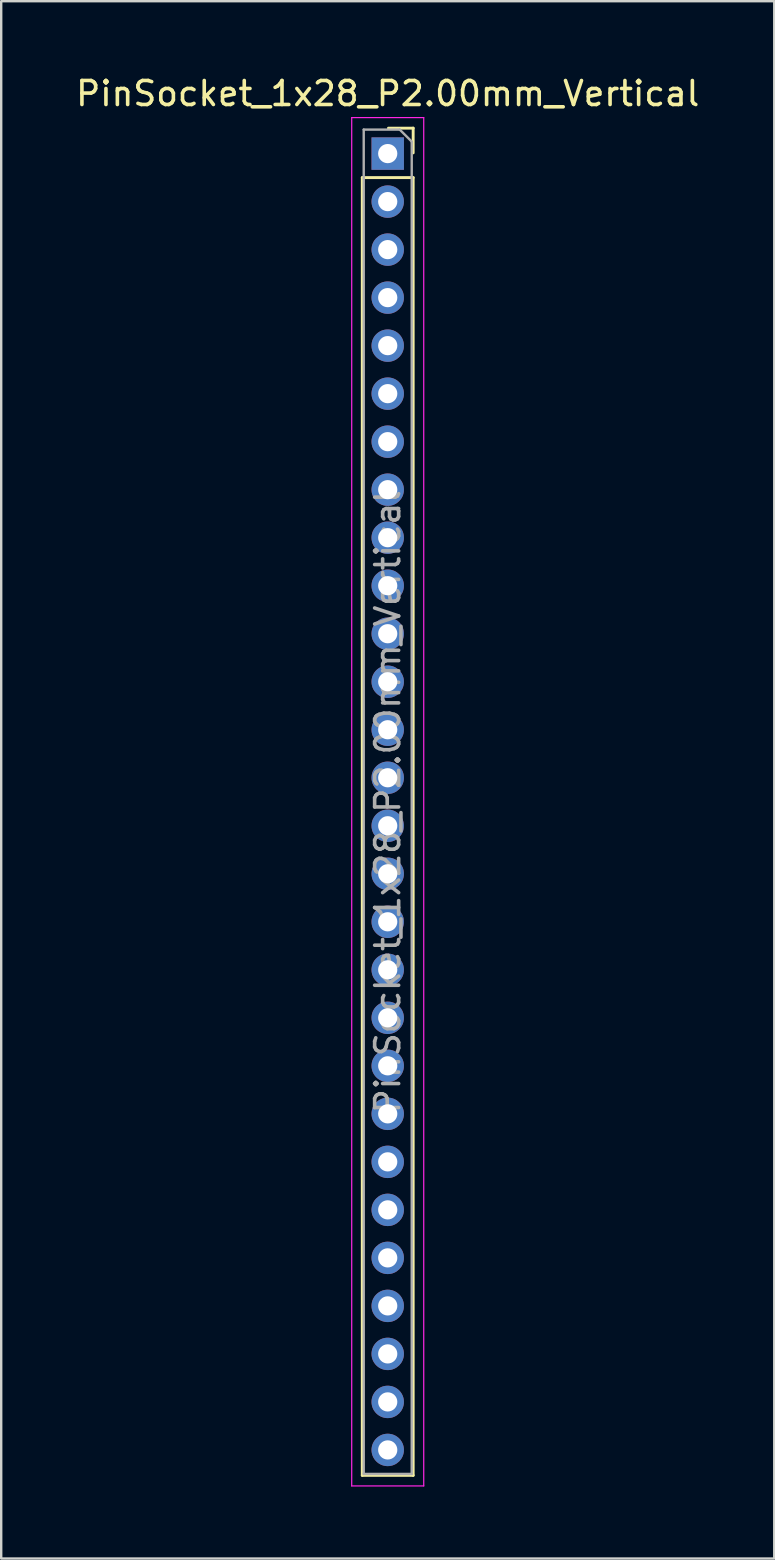
<source format=kicad_pcb>
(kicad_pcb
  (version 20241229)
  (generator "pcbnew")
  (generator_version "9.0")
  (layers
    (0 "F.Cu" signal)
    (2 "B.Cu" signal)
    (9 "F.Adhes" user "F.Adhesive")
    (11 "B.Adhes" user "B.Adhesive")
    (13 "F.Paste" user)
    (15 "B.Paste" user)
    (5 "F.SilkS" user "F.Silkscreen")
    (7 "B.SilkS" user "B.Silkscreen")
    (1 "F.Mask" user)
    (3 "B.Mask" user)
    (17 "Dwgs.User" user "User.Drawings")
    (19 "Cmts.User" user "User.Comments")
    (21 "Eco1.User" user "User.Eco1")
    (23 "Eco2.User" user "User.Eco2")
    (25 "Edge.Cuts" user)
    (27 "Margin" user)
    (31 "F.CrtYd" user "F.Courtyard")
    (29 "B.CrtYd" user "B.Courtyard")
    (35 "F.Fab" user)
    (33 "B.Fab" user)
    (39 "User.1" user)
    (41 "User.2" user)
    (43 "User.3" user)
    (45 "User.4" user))
  (footprint "PinSocket_1x28_P2.00mm_Vertical"
    (layer "F.Cu")
    (at 13.101 3.348)
    (property "Reference" "PinSocket_1x28_P2.00mm_Vertical" (at 0 -2.5 0) (layer "F.SilkS") (effects (font (size 1 1) (thickness 0.15))))
    (attr through_hole)
    (fp_line (start -1.06 1) (end -1.06 55.06) (stroke (width 0.12) (type solid)) (layer "F.SilkS"))
    (fp_line (start -1.06 55.06) (end 1.06 55.06) (stroke (width 0.12) (type solid)) (layer "F.SilkS"))
    (fp_line (start 1.06 -1.06) (end 0.03 -1.06) (stroke (width 0.12) (type solid)) (layer "F.SilkS"))
    (fp_line (start 1.06 -0.03) (end 1.06 -1.06) (stroke (width 0.12) (type solid)) (layer "F.SilkS"))
    (fp_line (start 1.06 1) (end -1.06 1) (stroke (width 0.12) (type solid)) (layer "F.SilkS"))
    (fp_line (start 1.06 55.06) (end 1.06 1) (stroke (width 0.12) (type solid)) (layer "F.SilkS"))
    (fp_line (start -1.5 -1.5) (end 1.5 -1.5) (stroke (width 0.05) (type solid)) (layer "F.CrtYd"))
    (fp_line (start -1.5 55.5) (end -1.5 -1.5) (stroke (width 0.05) (type solid)) (layer "F.CrtYd"))
    (fp_line (start 1.5 -1.5) (end 1.5 55.5) (stroke (width 0.05) (type solid)) (layer "F.CrtYd"))
    (fp_line (start 1.5 55.5) (end -1.5 55.5) (stroke (width 0.05) (type solid)) (layer "F.CrtYd"))
    (fp_line (start -1 -1) (end 0.5 -1) (stroke (width 0.1) (type solid)) (layer "F.Fab"))
    (fp_line (start -1 55) (end -1 -1) (stroke (width 0.1) (type solid)) (layer "F.Fab"))
    (fp_line (start 0.5 -1) (end 1 -0.5) (stroke (width 0.1) (type solid)) (layer "F.Fab"))
    (fp_line (start 1 -0.5) (end 1 55) (stroke (width 0.1) (type solid)) (layer "F.Fab"))
    (fp_line (start 1 55) (end -1 55) (stroke (width 0.1) (type solid)) (layer "F.Fab"))
    (fp_text user "${REFERENCE}" (at 0 27 90) (layer "F.Fab") (effects (font (size 1 1) (thickness 0.15))))
    (pad "1" thru_hole rect (at 0 0) (size 1.35 1.35) (drill 0.8) (layers "*.Cu" "*.Mask"))
    (pad "2" thru_hole oval (at 0 2) (size 1.35 1.35) (drill 0.8) (layers "*.Cu" "*.Mask"))
    (pad "3" thru_hole oval (at 0 4) (size 1.35 1.35) (drill 0.8) (layers "*.Cu" "*.Mask"))
    (pad "4" thru_hole oval (at 0 6) (size 1.35 1.35) (drill 0.8) (layers "*.Cu" "*.Mask"))
    (pad "5" thru_hole oval (at 0 8) (size 1.35 1.35) (drill 0.8) (layers "*.Cu" "*.Mask"))
    (pad "6" thru_hole oval (at 0 10) (size 1.35 1.35) (drill 0.8) (layers "*.Cu" "*.Mask"))
    (pad "7" thru_hole oval (at 0 12) (size 1.35 1.35) (drill 0.8) (layers "*.Cu" "*.Mask"))
    (pad "8" thru_hole oval (at 0 14) (size 1.35 1.35) (drill 0.8) (layers "*.Cu" "*.Mask"))
    (pad "9" thru_hole oval (at 0 16) (size 1.35 1.35) (drill 0.8) (layers "*.Cu" "*.Mask"))
    (pad "10" thru_hole oval (at 0 18) (size 1.35 1.35) (drill 0.8) (layers "*.Cu" "*.Mask"))
    (pad "11" thru_hole oval (at 0 20) (size 1.35 1.35) (drill 0.8) (layers "*.Cu" "*.Mask"))
    (pad "12" thru_hole oval (at 0 22) (size 1.35 1.35) (drill 0.8) (layers "*.Cu" "*.Mask"))
    (pad "13" thru_hole oval (at 0 24) (size 1.35 1.35) (drill 0.8) (layers "*.Cu" "*.Mask"))
    (pad "14" thru_hole oval (at 0 26) (size 1.35 1.35) (drill 0.8) (layers "*.Cu" "*.Mask"))
    (pad "15" thru_hole oval (at 0 28) (size 1.35 1.35) (drill 0.8) (layers "*.Cu" "*.Mask"))
    (pad "16" thru_hole oval (at 0 30) (size 1.35 1.35) (drill 0.8) (layers "*.Cu" "*.Mask"))
    (pad "17" thru_hole oval (at 0 32) (size 1.35 1.35) (drill 0.8) (layers "*.Cu" "*.Mask"))
    (pad "18" thru_hole oval (at 0 34) (size 1.35 1.35) (drill 0.8) (layers "*.Cu" "*.Mask"))
    (pad "19" thru_hole oval (at 0 36) (size 1.35 1.35) (drill 0.8) (layers "*.Cu" "*.Mask"))
    (pad "20" thru_hole oval (at 0 38) (size 1.35 1.35) (drill 0.8) (layers "*.Cu" "*.Mask"))
    (pad "21" thru_hole oval (at 0 40) (size 1.35 1.35) (drill 0.8) (layers "*.Cu" "*.Mask"))
    (pad "22" thru_hole oval (at 0 42) (size 1.35 1.35) (drill 0.8) (layers "*.Cu" "*.Mask"))
    (pad "23" thru_hole oval (at 0 44) (size 1.35 1.35) (drill 0.8) (layers "*.Cu" "*.Mask"))
    (pad "24" thru_hole oval (at 0 46) (size 1.35 1.35) (drill 0.8) (layers "*.Cu" "*.Mask"))
    (pad "25" thru_hole oval (at 0 48) (size 1.35 1.35) (drill 0.8) (layers "*.Cu" "*.Mask"))
    (pad "26" thru_hole oval (at 0 50) (size 1.35 1.35) (drill 0.8) (layers "*.Cu" "*.Mask"))
    (pad "27" thru_hole oval (at 0 52) (size 1.35 1.35) (drill 0.8) (layers "*.Cu" "*.Mask"))
    (pad "28" thru_hole oval (at 0 54) (size 1.35 1.35) (drill 0.8) (layers "*.Cu" "*.Mask")))
  (gr_rect
    (start -3 -3)
    (end 29.202 61.873)
    (stroke (width 0.1) (type default))
    (fill no)
    (layer "Edge.Cuts")))
</source>
